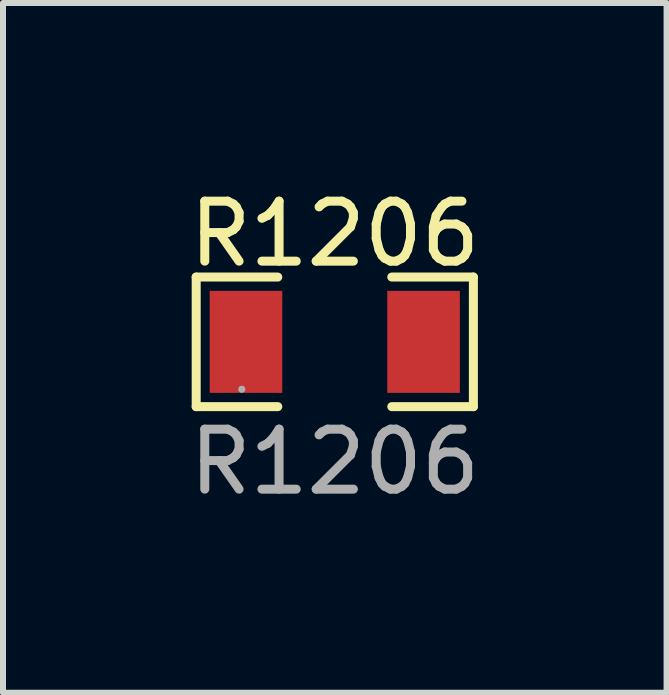
<source format=kicad_pcb>
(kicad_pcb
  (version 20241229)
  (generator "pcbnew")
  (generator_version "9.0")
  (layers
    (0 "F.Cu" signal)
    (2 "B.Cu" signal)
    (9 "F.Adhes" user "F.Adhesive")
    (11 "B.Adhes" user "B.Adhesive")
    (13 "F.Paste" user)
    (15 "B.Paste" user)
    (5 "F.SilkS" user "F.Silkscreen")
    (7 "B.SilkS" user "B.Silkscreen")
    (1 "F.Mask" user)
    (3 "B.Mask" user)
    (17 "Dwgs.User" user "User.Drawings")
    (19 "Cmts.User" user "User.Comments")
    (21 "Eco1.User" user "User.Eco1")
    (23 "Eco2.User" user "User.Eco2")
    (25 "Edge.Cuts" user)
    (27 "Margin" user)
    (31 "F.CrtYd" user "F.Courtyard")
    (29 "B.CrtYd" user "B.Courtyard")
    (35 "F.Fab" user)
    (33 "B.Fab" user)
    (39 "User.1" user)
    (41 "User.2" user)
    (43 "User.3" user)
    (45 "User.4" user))
  (footprint "R1206"
    (layer "F.Cu")
    (at 2.53 2.648)
    (property "Reference" "R1206" (at 0 -1.8 0) (layer "F.SilkS") (effects (font (size 1 1) (thickness 0.15))))
    (attr smd)
    (fp_line (start -2.31 -1.08) (end -0.95 -1.08) (stroke (width 0.15) (type solid)) (layer "F.SilkS"))
    (fp_line (start -2.31 1.08) (end -2.31 -1.08) (stroke (width 0.15) (type solid)) (layer "F.SilkS"))
    (fp_line (start -0.95 1.08) (end -2.31 1.08) (stroke (width 0.15) (type solid)) (layer "F.SilkS"))
    (fp_line (start 0.95 1.08) (end 2.31 1.08) (stroke (width 0.15) (type solid)) (layer "F.SilkS"))
    (fp_line (start 2.31 -1.08) (end 0.95 -1.08) (stroke (width 0.15) (type solid)) (layer "F.SilkS"))
    (fp_line (start 2.31 1.08) (end 2.31 -1.08) (stroke (width 0.15) (type solid)) (layer "F.SilkS"))
    (fp_circle (center -1.55 0.79) (end -1.52 0.79) (stroke (width 0.06) (type solid)) (fill no) (layer "F.Fab"))
    (fp_text user "${REFERENCE}" (at 0 2 0) (layer "F.Fab") (effects (font (size 1 1) (thickness 0.15))))
    (pad "1" smd rect (at -1.48 0) (size 1.21 1.7) (layers "F.Cu" "F.Mask" "F.Paste"))
    (pad "2" smd rect (at 1.48 0) (size 1.21 1.7) (layers "F.Cu" "F.Mask" "F.Paste")))
  (gr_rect
    (start -3 -3)
    (end 8.06 8.496)
    (stroke (width 0.1) (type default))
    (fill no)
    (layer "Edge.Cuts")))
</source>
